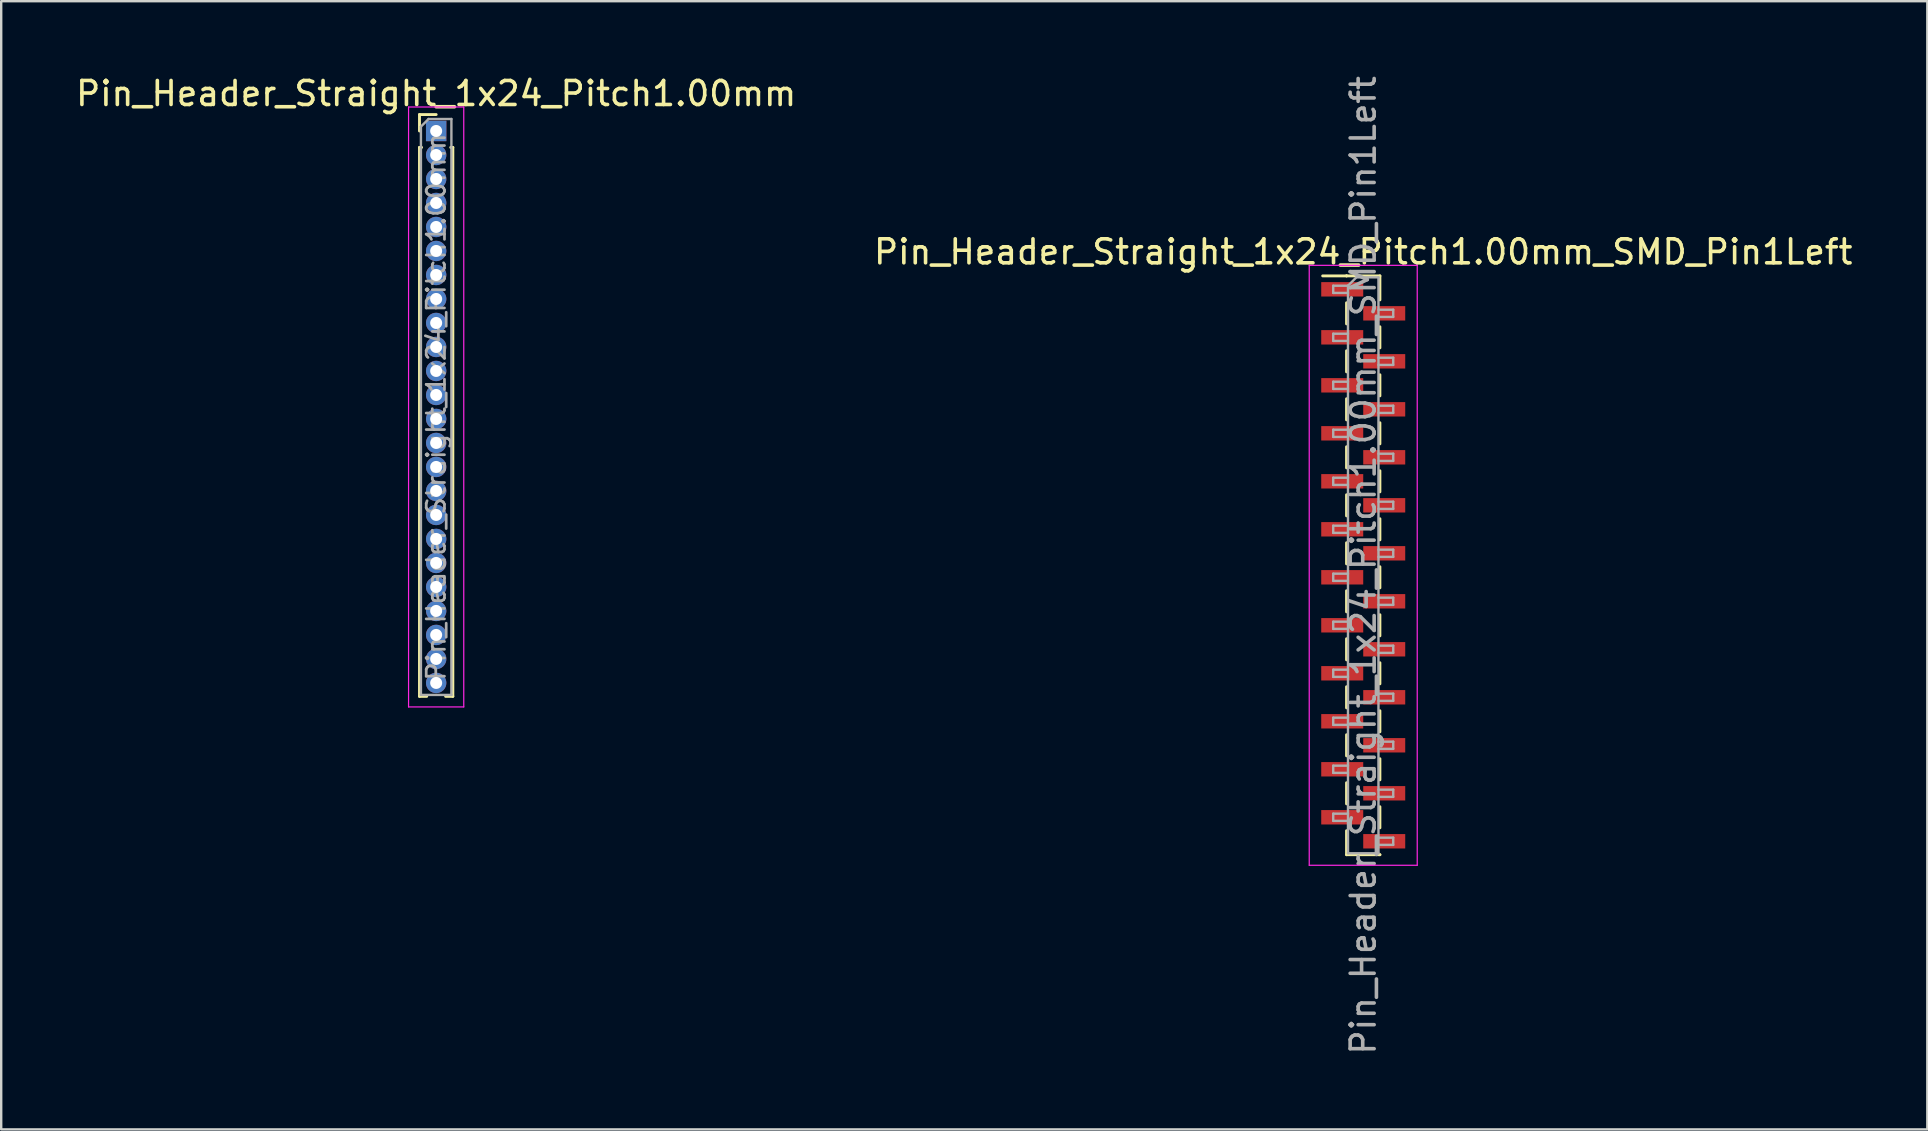
<source format=kicad_pcb>
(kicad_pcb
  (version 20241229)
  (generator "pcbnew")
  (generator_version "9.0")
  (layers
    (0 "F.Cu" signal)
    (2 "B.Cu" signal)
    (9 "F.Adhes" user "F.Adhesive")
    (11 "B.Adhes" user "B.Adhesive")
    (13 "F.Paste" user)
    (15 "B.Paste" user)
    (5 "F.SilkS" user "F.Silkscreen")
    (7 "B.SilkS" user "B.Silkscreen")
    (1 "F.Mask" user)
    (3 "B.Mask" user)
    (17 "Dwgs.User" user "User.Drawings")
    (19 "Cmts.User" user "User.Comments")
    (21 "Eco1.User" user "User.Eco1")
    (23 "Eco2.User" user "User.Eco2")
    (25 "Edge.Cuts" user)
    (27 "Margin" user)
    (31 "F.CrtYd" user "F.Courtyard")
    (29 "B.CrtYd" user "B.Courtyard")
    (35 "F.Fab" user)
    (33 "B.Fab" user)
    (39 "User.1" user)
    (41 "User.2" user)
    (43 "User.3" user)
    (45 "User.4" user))
  (footprint "Pin_Header_Straight_1x24_Pitch1.00mm_SMD_Pin1Left"
    (layer "F.Cu")
    (at 53.756 20.506)
    (property "Reference" "Pin_Header_Straight_1x24_Pitch1.00mm_SMD_Pin1Left" (at 0 -13.06 0) (layer "F.SilkS") (effects (font (size 1 1) (thickness 0.15))))
    (attr smd)
    (fp_line (start -0.695 -12.06) (end -1.69 -12.06) (stroke (width 0.12) (type solid)) (layer "F.SilkS"))
    (fp_line (start -0.695 -12.06) (end -0.695 -12.06) (stroke (width 0.12) (type solid)) (layer "F.SilkS"))
    (fp_line (start -0.695 -12.06) (end 0.695 -12.06) (stroke (width 0.12) (type solid)) (layer "F.SilkS"))
    (fp_line (start -0.695 -10.94) (end -0.695 -10.06) (stroke (width 0.12) (type solid)) (layer "F.SilkS"))
    (fp_line (start -0.695 -8.94) (end -0.695 -8.06) (stroke (width 0.12) (type solid)) (layer "F.SilkS"))
    (fp_line (start -0.695 -6.94) (end -0.695 -6.06) (stroke (width 0.12) (type solid)) (layer "F.SilkS"))
    (fp_line (start -0.695 -4.94) (end -0.695 -4.06) (stroke (width 0.12) (type solid)) (layer "F.SilkS"))
    (fp_line (start -0.695 -2.94) (end -0.695 -2.06) (stroke (width 0.12) (type solid)) (layer "F.SilkS"))
    (fp_line (start -0.695 -0.94) (end -0.695 -0.06) (stroke (width 0.12) (type solid)) (layer "F.SilkS"))
    (fp_line (start -0.695 1.06) (end -0.695 1.94) (stroke (width 0.12) (type solid)) (layer "F.SilkS"))
    (fp_line (start -0.695 3.06) (end -0.695 3.94) (stroke (width 0.12) (type solid)) (layer "F.SilkS"))
    (fp_line (start -0.695 5.06) (end -0.695 5.94) (stroke (width 0.12) (type solid)) (layer "F.SilkS"))
    (fp_line (start -0.695 7.06) (end -0.695 7.94) (stroke (width 0.12) (type solid)) (layer "F.SilkS"))
    (fp_line (start -0.695 9.06) (end -0.695 9.94) (stroke (width 0.12) (type solid)) (layer "F.SilkS"))
    (fp_line (start -0.695 11.06) (end -0.695 12.06) (stroke (width 0.12) (type solid)) (layer "F.SilkS"))
    (fp_line (start -0.695 12.06) (end 0.695 12.06) (stroke (width 0.12) (type solid)) (layer "F.SilkS"))
    (fp_line (start 0.695 -12.06) (end 0.695 -11.06) (stroke (width 0.12) (type solid)) (layer "F.SilkS"))
    (fp_line (start 0.695 -9.94) (end 0.695 -9.06) (stroke (width 0.12) (type solid)) (layer "F.SilkS"))
    (fp_line (start 0.695 -7.94) (end 0.695 -7.06) (stroke (width 0.12) (type solid)) (layer "F.SilkS"))
    (fp_line (start 0.695 -5.94) (end 0.695 -5.06) (stroke (width 0.12) (type solid)) (layer "F.SilkS"))
    (fp_line (start 0.695 -3.94) (end 0.695 -3.06) (stroke (width 0.12) (type solid)) (layer "F.SilkS"))
    (fp_line (start 0.695 -1.94) (end 0.695 -1.06) (stroke (width 0.12) (type solid)) (layer "F.SilkS"))
    (fp_line (start 0.695 0.06) (end 0.695 0.94) (stroke (width 0.12) (type solid)) (layer "F.SilkS"))
    (fp_line (start 0.695 2.06) (end 0.695 2.94) (stroke (width 0.12) (type solid)) (layer "F.SilkS"))
    (fp_line (start 0.695 4.06) (end 0.695 4.94) (stroke (width 0.12) (type solid)) (layer "F.SilkS"))
    (fp_line (start 0.695 6.06) (end 0.695 6.94) (stroke (width 0.12) (type solid)) (layer "F.SilkS"))
    (fp_line (start 0.695 8.06) (end 0.695 8.94) (stroke (width 0.12) (type solid)) (layer "F.SilkS"))
    (fp_line (start 0.695 10.06) (end 0.695 10.94) (stroke (width 0.12) (type solid)) (layer "F.SilkS"))
    (fp_line (start 0.695 12.06) (end 0.695 12.06) (stroke (width 0.12) (type solid)) (layer "F.SilkS"))
    (fp_line (start -2.25 -12.5) (end -2.25 12.5) (stroke (width 0.05) (type solid)) (layer "F.CrtYd"))
    (fp_line (start -2.25 12.5) (end 2.25 12.5) (stroke (width 0.05) (type solid)) (layer "F.CrtYd"))
    (fp_line (start 2.25 -12.5) (end -2.25 -12.5) (stroke (width 0.05) (type solid)) (layer "F.CrtYd"))
    (fp_line (start 2.25 12.5) (end 2.25 -12.5) (stroke (width 0.05) (type solid)) (layer "F.CrtYd"))
    (fp_line (start -1.25 -11.65) (end -1.25 -11.35) (stroke (width 0.1) (type solid)) (layer "F.Fab"))
    (fp_line (start -1.25 -11.35) (end -0.635 -11.35) (stroke (width 0.1) (type solid)) (layer "F.Fab"))
    (fp_line (start -1.25 -9.65) (end -1.25 -9.35) (stroke (width 0.1) (type solid)) (layer "F.Fab"))
    (fp_line (start -1.25 -9.35) (end -0.635 -9.35) (stroke (width 0.1) (type solid)) (layer "F.Fab"))
    (fp_line (start -1.25 -7.65) (end -1.25 -7.35) (stroke (width 0.1) (type solid)) (layer "F.Fab"))
    (fp_line (start -1.25 -7.35) (end -0.635 -7.35) (stroke (width 0.1) (type solid)) (layer "F.Fab"))
    (fp_line (start -1.25 -5.65) (end -1.25 -5.35) (stroke (width 0.1) (type solid)) (layer "F.Fab"))
    (fp_line (start -1.25 -5.35) (end -0.635 -5.35) (stroke (width 0.1) (type solid)) (layer "F.Fab"))
    (fp_line (start -1.25 -3.65) (end -1.25 -3.35) (stroke (width 0.1) (type solid)) (layer "F.Fab"))
    (fp_line (start -1.25 -3.35) (end -0.635 -3.35) (stroke (width 0.1) (type solid)) (layer "F.Fab"))
    (fp_line (start -1.25 -1.65) (end -1.25 -1.35) (stroke (width 0.1) (type solid)) (layer "F.Fab"))
    (fp_line (start -1.25 -1.35) (end -0.635 -1.35) (stroke (width 0.1) (type solid)) (layer "F.Fab"))
    (fp_line (start -1.25 0.35) (end -1.25 0.65) (stroke (width 0.1) (type solid)) (layer "F.Fab"))
    (fp_line (start -1.25 0.65) (end -0.635 0.65) (stroke (width 0.1) (type solid)) (layer "F.Fab"))
    (fp_line (start -1.25 2.35) (end -1.25 2.65) (stroke (width 0.1) (type solid)) (layer "F.Fab"))
    (fp_line (start -1.25 2.65) (end -0.635 2.65) (stroke (width 0.1) (type solid)) (layer "F.Fab"))
    (fp_line (start -1.25 4.35) (end -1.25 4.65) (stroke (width 0.1) (type solid)) (layer "F.Fab"))
    (fp_line (start -1.25 4.65) (end -0.635 4.65) (stroke (width 0.1) (type solid)) (layer "F.Fab"))
    (fp_line (start -1.25 6.35) (end -1.25 6.65) (stroke (width 0.1) (type solid)) (layer "F.Fab"))
    (fp_line (start -1.25 6.65) (end -0.635 6.65) (stroke (width 0.1) (type solid)) (layer "F.Fab"))
    (fp_line (start -1.25 8.35) (end -1.25 8.65) (stroke (width 0.1) (type solid)) (layer "F.Fab"))
    (fp_line (start -1.25 8.65) (end -0.635 8.65) (stroke (width 0.1) (type solid)) (layer "F.Fab"))
    (fp_line (start -1.25 10.35) (end -1.25 10.65) (stroke (width 0.1) (type solid)) (layer "F.Fab"))
    (fp_line (start -1.25 10.65) (end -0.635 10.65) (stroke (width 0.1) (type solid)) (layer "F.Fab"))
    (fp_line (start -0.635 -11.65) (end -1.25 -11.65) (stroke (width 0.1) (type solid)) (layer "F.Fab"))
    (fp_line (start -0.635 -11.65) (end -0.285 -12) (stroke (width 0.1) (type solid)) (layer "F.Fab"))
    (fp_line (start -0.635 -9.65) (end -1.25 -9.65) (stroke (width 0.1) (type solid)) (layer "F.Fab"))
    (fp_line (start -0.635 -7.65) (end -1.25 -7.65) (stroke (width 0.1) (type solid)) (layer "F.Fab"))
    (fp_line (start -0.635 -5.65) (end -1.25 -5.65) (stroke (width 0.1) (type solid)) (layer "F.Fab"))
    (fp_line (start -0.635 -3.65) (end -1.25 -3.65) (stroke (width 0.1) (type solid)) (layer "F.Fab"))
    (fp_line (start -0.635 -1.65) (end -1.25 -1.65) (stroke (width 0.1) (type solid)) (layer "F.Fab"))
    (fp_line (start -0.635 0.35) (end -1.25 0.35) (stroke (width 0.1) (type solid)) (layer "F.Fab"))
    (fp_line (start -0.635 2.35) (end -1.25 2.35) (stroke (width 0.1) (type solid)) (layer "F.Fab"))
    (fp_line (start -0.635 4.35) (end -1.25 4.35) (stroke (width 0.1) (type solid)) (layer "F.Fab"))
    (fp_line (start -0.635 6.35) (end -1.25 6.35) (stroke (width 0.1) (type solid)) (layer "F.Fab"))
    (fp_line (start -0.635 8.35) (end -1.25 8.35) (stroke (width 0.1) (type solid)) (layer "F.Fab"))
    (fp_line (start -0.635 10.35) (end -1.25 10.35) (stroke (width 0.1) (type solid)) (layer "F.Fab"))
    (fp_line (start -0.635 12) (end -0.635 -11.65) (stroke (width 0.1) (type solid)) (layer "F.Fab"))
    (fp_line (start -0.285 -12) (end 0.635 -12) (stroke (width 0.1) (type solid)) (layer "F.Fab"))
    (fp_line (start 0.635 -12) (end 0.635 12) (stroke (width 0.1) (type solid)) (layer "F.Fab"))
    (fp_line (start 0.635 -10.65) (end 1.25 -10.65) (stroke (width 0.1) (type solid)) (layer "F.Fab"))
    (fp_line (start 0.635 -8.65) (end 1.25 -8.65) (stroke (width 0.1) (type solid)) (layer "F.Fab"))
    (fp_line (start 0.635 -6.65) (end 1.25 -6.65) (stroke (width 0.1) (type solid)) (layer "F.Fab"))
    (fp_line (start 0.635 -4.65) (end 1.25 -4.65) (stroke (width 0.1) (type solid)) (layer "F.Fab"))
    (fp_line (start 0.635 -2.65) (end 1.25 -2.65) (stroke (width 0.1) (type solid)) (layer "F.Fab"))
    (fp_line (start 0.635 -0.65) (end 1.25 -0.65) (stroke (width 0.1) (type solid)) (layer "F.Fab"))
    (fp_line (start 0.635 1.35) (end 1.25 1.35) (stroke (width 0.1) (type solid)) (layer "F.Fab"))
    (fp_line (start 0.635 3.35) (end 1.25 3.35) (stroke (width 0.1) (type solid)) (layer "F.Fab"))
    (fp_line (start 0.635 5.35) (end 1.25 5.35) (stroke (width 0.1) (type solid)) (layer "F.Fab"))
    (fp_line (start 0.635 7.35) (end 1.25 7.35) (stroke (width 0.1) (type solid)) (layer "F.Fab"))
    (fp_line (start 0.635 9.35) (end 1.25 9.35) (stroke (width 0.1) (type solid)) (layer "F.Fab"))
    (fp_line (start 0.635 11.35) (end 1.25 11.35) (stroke (width 0.1) (type solid)) (layer "F.Fab"))
    (fp_line (start 0.635 12) (end -0.635 12) (stroke (width 0.1) (type solid)) (layer "F.Fab"))
    (fp_line (start 1.25 -10.65) (end 1.25 -10.35) (stroke (width 0.1) (type solid)) (layer "F.Fab"))
    (fp_line (start 1.25 -10.35) (end 0.635 -10.35) (stroke (width 0.1) (type solid)) (layer "F.Fab"))
    (fp_line (start 1.25 -8.65) (end 1.25 -8.35) (stroke (width 0.1) (type solid)) (layer "F.Fab"))
    (fp_line (start 1.25 -8.35) (end 0.635 -8.35) (stroke (width 0.1) (type solid)) (layer "F.Fab"))
    (fp_line (start 1.25 -6.65) (end 1.25 -6.35) (stroke (width 0.1) (type solid)) (layer "F.Fab"))
    (fp_line (start 1.25 -6.35) (end 0.635 -6.35) (stroke (width 0.1) (type solid)) (layer "F.Fab"))
    (fp_line (start 1.25 -4.65) (end 1.25 -4.35) (stroke (width 0.1) (type solid)) (layer "F.Fab"))
    (fp_line (start 1.25 -4.35) (end 0.635 -4.35) (stroke (width 0.1) (type solid)) (layer "F.Fab"))
    (fp_line (start 1.25 -2.65) (end 1.25 -2.35) (stroke (width 0.1) (type solid)) (layer "F.Fab"))
    (fp_line (start 1.25 -2.35) (end 0.635 -2.35) (stroke (width 0.1) (type solid)) (layer "F.Fab"))
    (fp_line (start 1.25 -0.65) (end 1.25 -0.35) (stroke (width 0.1) (type solid)) (layer "F.Fab"))
    (fp_line (start 1.25 -0.35) (end 0.635 -0.35) (stroke (width 0.1) (type solid)) (layer "F.Fab"))
    (fp_line (start 1.25 1.35) (end 1.25 1.65) (stroke (width 0.1) (type solid)) (layer "F.Fab"))
    (fp_line (start 1.25 1.65) (end 0.635 1.65) (stroke (width 0.1) (type solid)) (layer "F.Fab"))
    (fp_line (start 1.25 3.35) (end 1.25 3.65) (stroke (width 0.1) (type solid)) (layer "F.Fab"))
    (fp_line (start 1.25 3.65) (end 0.635 3.65) (stroke (width 0.1) (type solid)) (layer "F.Fab"))
    (fp_line (start 1.25 5.35) (end 1.25 5.65) (stroke (width 0.1) (type solid)) (layer "F.Fab"))
    (fp_line (start 1.25 5.65) (end 0.635 5.65) (stroke (width 0.1) (type solid)) (layer "F.Fab"))
    (fp_line (start 1.25 7.35) (end 1.25 7.65) (stroke (width 0.1) (type solid)) (layer "F.Fab"))
    (fp_line (start 1.25 7.65) (end 0.635 7.65) (stroke (width 0.1) (type solid)) (layer "F.Fab"))
    (fp_line (start 1.25 9.35) (end 1.25 9.65) (stroke (width 0.1) (type solid)) (layer "F.Fab"))
    (fp_line (start 1.25 9.65) (end 0.635 9.65) (stroke (width 0.1) (type solid)) (layer "F.Fab"))
    (fp_line (start 1.25 11.35) (end 1.25 11.65) (stroke (width 0.1) (type solid)) (layer "F.Fab"))
    (fp_line (start 1.25 11.65) (end 0.635 11.65) (stroke (width 0.1) (type solid)) (layer "F.Fab"))
    (fp_text user "${REFERENCE}" (at 0 0 90) (layer "F.Fab") (effects (font (size 1 1) (thickness 0.15))))
    (pad "1" smd rect (at -0.875 -11.5) (size 1.75 0.6) (layers "F.Cu" "F.Mask" "F.Paste"))
    (pad "2" smd rect (at 0.875 -10.5) (size 1.75 0.6) (layers "F.Cu" "F.Mask" "F.Paste"))
    (pad "3" smd rect (at -0.875 -9.5) (size 1.75 0.6) (layers "F.Cu" "F.Mask" "F.Paste"))
    (pad "4" smd rect (at 0.875 -8.5) (size 1.75 0.6) (layers "F.Cu" "F.Mask" "F.Paste"))
    (pad "5" smd rect (at -0.875 -7.5) (size 1.75 0.6) (layers "F.Cu" "F.Mask" "F.Paste"))
    (pad "6" smd rect (at 0.875 -6.5) (size 1.75 0.6) (layers "F.Cu" "F.Mask" "F.Paste"))
    (pad "7" smd rect (at -0.875 -5.5) (size 1.75 0.6) (layers "F.Cu" "F.Mask" "F.Paste"))
    (pad "8" smd rect (at 0.875 -4.5) (size 1.75 0.6) (layers "F.Cu" "F.Mask" "F.Paste"))
    (pad "9" smd rect (at -0.875 -3.5) (size 1.75 0.6) (layers "F.Cu" "F.Mask" "F.Paste"))
    (pad "10" smd rect (at 0.875 -2.5) (size 1.75 0.6) (layers "F.Cu" "F.Mask" "F.Paste"))
    (pad "11" smd rect (at -0.875 -1.5) (size 1.75 0.6) (layers "F.Cu" "F.Mask" "F.Paste"))
    (pad "12" smd rect (at 0.875 -0.5) (size 1.75 0.6) (layers "F.Cu" "F.Mask" "F.Paste"))
    (pad "13" smd rect (at -0.875 0.5) (size 1.75 0.6) (layers "F.Cu" "F.Mask" "F.Paste"))
    (pad "14" smd rect (at 0.875 1.5) (size 1.75 0.6) (layers "F.Cu" "F.Mask" "F.Paste"))
    (pad "15" smd rect (at -0.875 2.5) (size 1.75 0.6) (layers "F.Cu" "F.Mask" "F.Paste"))
    (pad "16" smd rect (at 0.875 3.5) (size 1.75 0.6) (layers "F.Cu" "F.Mask" "F.Paste"))
    (pad "17" smd rect (at -0.875 4.5) (size 1.75 0.6) (layers "F.Cu" "F.Mask" "F.Paste"))
    (pad "18" smd rect (at 0.875 5.5) (size 1.75 0.6) (layers "F.Cu" "F.Mask" "F.Paste"))
    (pad "19" smd rect (at -0.875 6.5) (size 1.75 0.6) (layers "F.Cu" "F.Mask" "F.Paste"))
    (pad "20" smd rect (at 0.875 7.5) (size 1.75 0.6) (layers "F.Cu" "F.Mask" "F.Paste"))
    (pad "21" smd rect (at -0.875 8.5) (size 1.75 0.6) (layers "F.Cu" "F.Mask" "F.Paste"))
    (pad "22" smd rect (at 0.875 9.5) (size 1.75 0.6) (layers "F.Cu" "F.Mask" "F.Paste"))
    (pad "23" smd rect (at -0.875 10.5) (size 1.75 0.6) (layers "F.Cu" "F.Mask" "F.Paste"))
    (pad "24" smd rect (at 0.875 11.5) (size 1.75 0.6) (layers "F.Cu" "F.Mask" "F.Paste")))
  (footprint "Pin_Header_Straight_1x24_Pitch1.00mm"
    (layer "F.Cu")
    (at 15.125 2.408)
    (property "Reference" "Pin_Header_Straight_1x24_Pitch1.00mm" (at 0 -1.56 0) (layer "F.SilkS") (effects (font (size 1 1) (thickness 0.15))))
    (attr through_hole)
    (fp_line (start -0.695 -0.685) (end 0 -0.685) (stroke (width 0.12) (type solid)) (layer "F.SilkS"))
    (fp_line (start -0.695 0) (end -0.695 -0.685) (stroke (width 0.12) (type solid)) (layer "F.SilkS"))
    (fp_line (start -0.695 0.685) (end -0.695 23.56) (stroke (width 0.12) (type solid)) (layer "F.SilkS"))
    (fp_line (start -0.695 0.685) (end -0.608 0.685) (stroke (width 0.12) (type solid)) (layer "F.SilkS"))
    (fp_line (start -0.695 23.56) (end -0.394 23.56) (stroke (width 0.12) (type solid)) (layer "F.SilkS"))
    (fp_line (start 0.394 23.56) (end 0.695 23.56) (stroke (width 0.12) (type solid)) (layer "F.SilkS"))
    (fp_line (start 0.608 0.685) (end 0.695 0.685) (stroke (width 0.12) (type solid)) (layer "F.SilkS"))
    (fp_line (start 0.695 0.685) (end 0.695 23.56) (stroke (width 0.12) (type solid)) (layer "F.SilkS"))
    (fp_line (start -1.15 -1) (end -1.15 24) (stroke (width 0.05) (type solid)) (layer "F.CrtYd"))
    (fp_line (start -1.15 24) (end 1.15 24) (stroke (width 0.05) (type solid)) (layer "F.CrtYd"))
    (fp_line (start 1.15 -1) (end -1.15 -1) (stroke (width 0.05) (type solid)) (layer "F.CrtYd"))
    (fp_line (start 1.15 24) (end 1.15 -1) (stroke (width 0.05) (type solid)) (layer "F.CrtYd"))
    (fp_line (start -0.635 -0.182) (end -0.318 -0.5) (stroke (width 0.1) (type solid)) (layer "F.Fab"))
    (fp_line (start -0.635 23.5) (end -0.635 -0.182) (stroke (width 0.1) (type solid)) (layer "F.Fab"))
    (fp_line (start -0.318 -0.5) (end 0.635 -0.5) (stroke (width 0.1) (type solid)) (layer "F.Fab"))
    (fp_line (start 0.635 -0.5) (end 0.635 23.5) (stroke (width 0.1) (type solid)) (layer "F.Fab"))
    (fp_line (start 0.635 23.5) (end -0.635 23.5) (stroke (width 0.1) (type solid)) (layer "F.Fab"))
    (fp_text user "${REFERENCE}" (at 0 11.5 90) (layer "F.Fab") (effects (font (size 0.76 0.76) (thickness 0.114))))
    (pad "1" thru_hole rect (at 0 0) (size 0.85 0.85) (drill 0.5) (layers "*.Cu" "*.Mask"))
    (pad "2" thru_hole oval (at 0 1) (size 0.85 0.85) (drill 0.5) (layers "*.Cu" "*.Mask"))
    (pad "3" thru_hole oval (at 0 2) (size 0.85 0.85) (drill 0.5) (layers "*.Cu" "*.Mask"))
    (pad "4" thru_hole oval (at 0 3) (size 0.85 0.85) (drill 0.5) (layers "*.Cu" "*.Mask"))
    (pad "5" thru_hole oval (at 0 4) (size 0.85 0.85) (drill 0.5) (layers "*.Cu" "*.Mask"))
    (pad "6" thru_hole oval (at 0 5) (size 0.85 0.85) (drill 0.5) (layers "*.Cu" "*.Mask"))
    (pad "7" thru_hole oval (at 0 6) (size 0.85 0.85) (drill 0.5) (layers "*.Cu" "*.Mask"))
    (pad "8" thru_hole oval (at 0 7) (size 0.85 0.85) (drill 0.5) (layers "*.Cu" "*.Mask"))
    (pad "9" thru_hole oval (at 0 8) (size 0.85 0.85) (drill 0.5) (layers "*.Cu" "*.Mask"))
    (pad "10" thru_hole oval (at 0 9) (size 0.85 0.85) (drill 0.5) (layers "*.Cu" "*.Mask"))
    (pad "11" thru_hole oval (at 0 10) (size 0.85 0.85) (drill 0.5) (layers "*.Cu" "*.Mask"))
    (pad "12" thru_hole oval (at 0 11) (size 0.85 0.85) (drill 0.5) (layers "*.Cu" "*.Mask"))
    (pad "13" thru_hole oval (at 0 12) (size 0.85 0.85) (drill 0.5) (layers "*.Cu" "*.Mask"))
    (pad "14" thru_hole oval (at 0 13) (size 0.85 0.85) (drill 0.5) (layers "*.Cu" "*.Mask"))
    (pad "15" thru_hole oval (at 0 14) (size 0.85 0.85) (drill 0.5) (layers "*.Cu" "*.Mask"))
    (pad "16" thru_hole oval (at 0 15) (size 0.85 0.85) (drill 0.5) (layers "*.Cu" "*.Mask"))
    (pad "17" thru_hole oval (at 0 16) (size 0.85 0.85) (drill 0.5) (layers "*.Cu" "*.Mask"))
    (pad "18" thru_hole oval (at 0 17) (size 0.85 0.85) (drill 0.5) (layers "*.Cu" "*.Mask"))
    (pad "19" thru_hole oval (at 0 18) (size 0.85 0.85) (drill 0.5) (layers "*.Cu" "*.Mask"))
    (pad "20" thru_hole oval (at 0 19) (size 0.85 0.85) (drill 0.5) (layers "*.Cu" "*.Mask"))
    (pad "21" thru_hole oval (at 0 20) (size 0.85 0.85) (drill 0.5) (layers "*.Cu" "*.Mask"))
    (pad "22" thru_hole oval (at 0 21) (size 0.85 0.85) (drill 0.5) (layers "*.Cu" "*.Mask"))
    (pad "23" thru_hole oval (at 0 22) (size 0.85 0.85) (drill 0.5) (layers "*.Cu" "*.Mask"))
    (pad "24" thru_hole oval (at 0 23) (size 0.85 0.85) (drill 0.5) (layers "*.Cu" "*.Mask")))
  (gr_rect
    (start -3 -3)
    (end 77.262 44.012)
    (stroke (width 0.1) (type default))
    (fill no)
    (layer "Edge.Cuts")))
</source>
